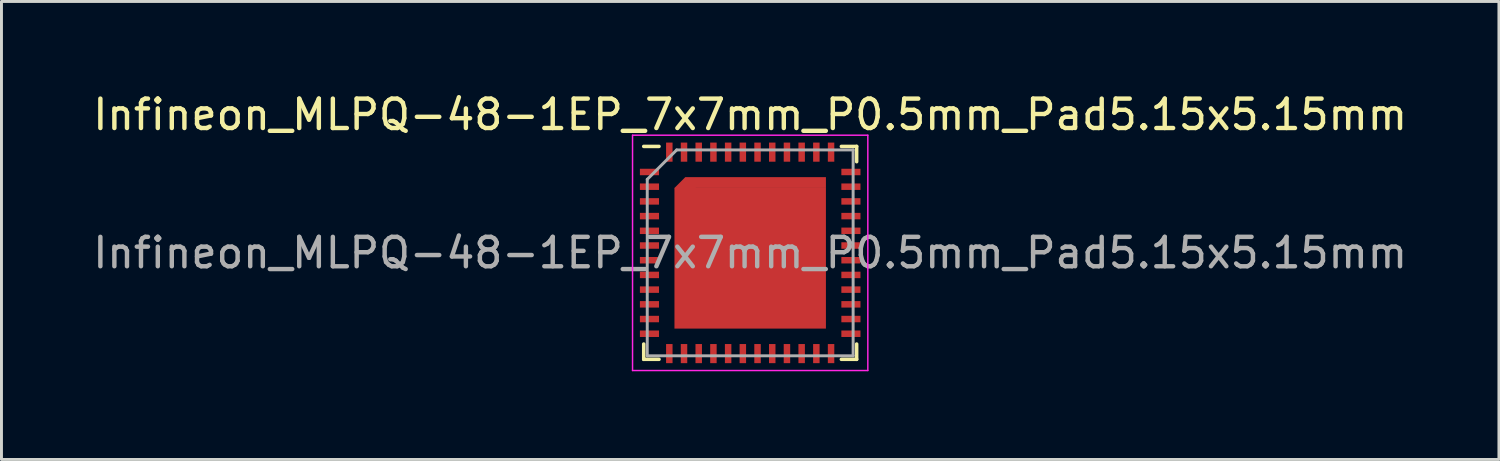
<source format=kicad_pcb>
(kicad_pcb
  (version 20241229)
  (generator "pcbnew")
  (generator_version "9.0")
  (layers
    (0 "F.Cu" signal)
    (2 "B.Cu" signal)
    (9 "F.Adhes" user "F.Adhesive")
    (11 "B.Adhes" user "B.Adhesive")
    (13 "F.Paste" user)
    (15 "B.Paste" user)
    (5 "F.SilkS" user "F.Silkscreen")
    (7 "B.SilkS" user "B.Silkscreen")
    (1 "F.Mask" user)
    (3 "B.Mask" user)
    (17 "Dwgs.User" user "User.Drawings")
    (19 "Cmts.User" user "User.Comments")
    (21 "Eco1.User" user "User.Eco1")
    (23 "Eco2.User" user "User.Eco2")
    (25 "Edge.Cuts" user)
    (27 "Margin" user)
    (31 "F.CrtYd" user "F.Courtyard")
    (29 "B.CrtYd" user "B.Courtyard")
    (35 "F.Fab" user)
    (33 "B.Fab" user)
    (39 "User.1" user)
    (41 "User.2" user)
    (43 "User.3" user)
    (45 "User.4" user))
  (footprint "Infineon_MLPQ-48-1EP_7x7mm_P0.5mm_Pad5.15x5.15mm"
    (layer "F.Cu")
    (at 22.458 5.548)
    (property "Reference" "Infineon_MLPQ-48-1EP_7x7mm_P0.5mm_Pad5.15x5.15mm" (at 0 -4.7 0) (layer "F.SilkS") (effects (font (size 1 1) (thickness 0.15))))
    (attr smd)
    (fp_line (start -3.62 -3.62) (end -3.1 -3.62) (stroke (width 0.12) (type solid)) (layer "F.SilkS"))
    (fp_line (start -3.62 3.62) (end -3.62 3.1) (stroke (width 0.12) (type solid)) (layer "F.SilkS"))
    (fp_line (start -3.1 3.62) (end -3.62 3.62) (stroke (width 0.12) (type solid)) (layer "F.SilkS"))
    (fp_line (start 3.1 -3.62) (end 3.62 -3.62) (stroke (width 0.12) (type solid)) (layer "F.SilkS"))
    (fp_line (start 3.1 3.62) (end 3.62 3.62) (stroke (width 0.12) (type solid)) (layer "F.SilkS"))
    (fp_line (start 3.62 -3.1) (end 3.62 -3.62) (stroke (width 0.12) (type solid)) (layer "F.SilkS"))
    (fp_line (start 3.62 3.62) (end 3.62 3.1) (stroke (width 0.12) (type solid)) (layer "F.SilkS"))
    (fp_line (start -4 -4) (end -4 4) (stroke (width 0.05) (type solid)) (layer "F.CrtYd"))
    (fp_line (start -4 4) (end 4 4) (stroke (width 0.05) (type solid)) (layer "F.CrtYd"))
    (fp_line (start 4 -4) (end -4 -4) (stroke (width 0.05) (type solid)) (layer "F.CrtYd"))
    (fp_line (start 4 4) (end 4 -4) (stroke (width 0.05) (type solid)) (layer "F.CrtYd"))
    (fp_line (start -3.5 3.5) (end -3.5 -2.5) (stroke (width 0.1) (type solid)) (layer "F.Fab"))
    (fp_line (start -2.5 -3.5) (end -3.5 -2.5) (stroke (width 0.1) (type solid)) (layer "F.Fab"))
    (fp_line (start 3.5 -3.5) (end -2.5 -3.5) (stroke (width 0.1) (type solid)) (layer "F.Fab"))
    (fp_line (start 3.5 -3.5) (end 3.5 3.5) (stroke (width 0.1) (type solid)) (layer "F.Fab"))
    (fp_line (start 3.5 3.5) (end -3.5 3.5) (stroke (width 0.1) (type solid)) (layer "F.Fab"))
    (fp_text user "${REFERENCE}" (at 0 0 0) (layer "F.Fab") (effects (font (size 1 1) (thickness 0.15))))
    (pad "" smd rect (at -3.425 -2.75) (size 0.55 0.22) (layers "F.Paste"))
    (pad "" smd rect (at -3.425 -2.25) (size 0.55 0.22) (layers "F.Paste"))
    (pad "" smd rect (at -3.425 -1.75) (size 0.55 0.22) (layers "F.Paste"))
    (pad "" smd rect (at -3.425 -1.25) (size 0.55 0.22) (layers "F.Paste"))
    (pad "" smd rect (at -3.425 -0.75) (size 0.55 0.22) (layers "F.Paste"))
    (pad "" smd rect (at -3.425 -0.25) (size 0.55 0.22) (layers "F.Paste"))
    (pad "" smd rect (at -3.425 0.25) (size 0.55 0.22) (layers "F.Paste"))
    (pad "" smd rect (at -3.425 0.75) (size 0.55 0.22) (layers "F.Paste"))
    (pad "" smd rect (at -3.425 1.25) (size 0.55 0.22) (layers "F.Paste"))
    (pad "" smd rect (at -3.425 1.75) (size 0.55 0.22) (layers "F.Paste"))
    (pad "" smd rect (at -3.425 2.25) (size 0.55 0.22) (layers "F.Paste"))
    (pad "" smd rect (at -3.425 2.75) (size 0.55 0.22) (layers "F.Paste"))
    (pad "" smd rect (at -2.75 -3.425) (size 0.22 0.55) (layers "F.Paste"))
    (pad "" smd rect (at -2.75 3.425) (size 0.22 0.55) (layers "F.Paste"))
    (pad "" smd rect (at -2.25 -3.425) (size 0.22 0.55) (layers "F.Paste"))
    (pad "" smd rect (at -2.25 3.425) (size 0.22 0.55) (layers "F.Paste"))
    (pad "" smd rect (at -2.186 -2.186 45) (size 0.479 0.479) (layers "F.Paste"))
    (pad "" smd rect (at -2.025 -1.855) (size 1 0.661) (layers "F.Paste"))
    (pad "" smd rect (at -2.025 -0.675) (size 1 1) (layers "F.Paste"))
    (pad "" smd rect (at -2.025 0.675) (size 1 1) (layers "F.Paste"))
    (pad "" smd rect (at -2.025 2.025) (size 1 1) (layers "F.Paste"))
    (pad "" smd rect (at -1.855 -2.356) (size 0.661 0.339) (layers "F.Paste"))
    (pad "" smd rect (at -1.75 -3.425) (size 0.22 0.55) (layers "F.Paste"))
    (pad "" smd rect (at -1.75 3.425) (size 0.22 0.55) (layers "F.Paste"))
    (pad "" smd rect (at -1.25 -3.425) (size 0.22 0.55) (layers "F.Paste"))
    (pad "" smd rect (at -1.25 3.425) (size 0.22 0.55) (layers "F.Paste"))
    (pad "" smd rect (at -0.75 -3.425) (size 0.22 0.55) (layers "F.Paste"))
    (pad "" smd rect (at -0.75 3.425) (size 0.22 0.55) (layers "F.Paste"))
    (pad "" smd rect (at -0.675 -2.025) (size 1 1) (layers "F.Paste"))
    (pad "" smd rect (at -0.675 -0.675) (size 1 1) (layers "F.Paste"))
    (pad "" smd rect (at -0.675 0.675) (size 1 1) (layers "F.Paste"))
    (pad "" smd rect (at -0.675 2.025) (size 1 1) (layers "F.Paste"))
    (pad "" smd rect (at -0.25 -3.425) (size 0.22 0.55) (layers "F.Paste"))
    (pad "" smd rect (at -0.25 3.425) (size 0.22 0.55) (layers "F.Paste"))
    (pad "" smd rect (at 0.25 -3.425) (size 0.22 0.55) (layers "F.Paste"))
    (pad "" smd rect (at 0.25 3.425) (size 0.22 0.55) (layers "F.Paste"))
    (pad "" smd rect (at 0.675 -2.025) (size 1 1) (layers "F.Paste"))
    (pad "" smd rect (at 0.675 -0.675) (size 1 1) (layers "F.Paste"))
    (pad "" smd rect (at 0.675 0.675) (size 1 1) (layers "F.Paste"))
    (pad "" smd rect (at 0.675 2.025) (size 1 1) (layers "F.Paste"))
    (pad "" smd rect (at 0.75 -3.425) (size 0.22 0.55) (layers "F.Paste"))
    (pad "" smd rect (at 0.75 3.425) (size 0.22 0.55) (layers "F.Paste"))
    (pad "" smd rect (at 1.25 -3.425) (size 0.22 0.55) (layers "F.Paste"))
    (pad "" smd rect (at 1.25 3.425) (size 0.22 0.55) (layers "F.Paste"))
    (pad "" smd rect (at 1.75 -3.425) (size 0.22 0.55) (layers "F.Paste"))
    (pad "" smd rect (at 1.75 3.425) (size 0.22 0.55) (layers "F.Paste"))
    (pad "" smd rect (at 2.025 -2.025) (size 1 1) (layers "F.Paste"))
    (pad "" smd rect (at 2.025 -0.675) (size 1 1) (layers "F.Paste"))
    (pad "" smd rect (at 2.025 0.675) (size 1 1) (layers "F.Paste"))
    (pad "" smd rect (at 2.025 2.025) (size 1 1) (layers "F.Paste"))
    (pad "" smd rect (at 2.25 -3.425) (size 0.22 0.55) (layers "F.Paste"))
    (pad "" smd rect (at 2.25 3.425) (size 0.22 0.55) (layers "F.Paste"))
    (pad "" smd rect (at 2.75 -3.425) (size 0.22 0.55) (layers "F.Paste"))
    (pad "" smd rect (at 2.75 3.425) (size 0.22 0.55) (layers "F.Paste"))
    (pad "" smd rect (at 3.425 -2.75) (size 0.55 0.22) (layers "F.Paste"))
    (pad "" smd rect (at 3.425 -2.25) (size 0.55 0.22) (layers "F.Paste"))
    (pad "" smd rect (at 3.425 -1.75) (size 0.55 0.22) (layers "F.Paste"))
    (pad "" smd rect (at 3.425 -1.25) (size 0.55 0.22) (layers "F.Paste"))
    (pad "" smd rect (at 3.425 -0.75) (size 0.55 0.22) (layers "F.Paste"))
    (pad "" smd rect (at 3.425 -0.25) (size 0.55 0.22) (layers "F.Paste"))
    (pad "" smd rect (at 3.425 0.25) (size 0.55 0.22) (layers "F.Paste"))
    (pad "" smd rect (at 3.425 0.75) (size 0.55 0.22) (layers "F.Paste"))
    (pad "" smd rect (at 3.425 1.25) (size 0.55 0.22) (layers "F.Paste"))
    (pad "" smd rect (at 3.425 1.75) (size 0.55 0.22) (layers "F.Paste"))
    (pad "" smd rect (at 3.425 2.25) (size 0.55 0.22) (layers "F.Paste"))
    (pad "" smd rect (at 3.425 2.75) (size 0.55 0.22) (layers "F.Paste"))
    (pad "1" smd rect (at -3.425 -2.75) (size 0.65 0.22) (layers "F.Cu" "F.Mask"))
    (pad "2" smd rect (at -3.425 -2.25) (size 0.65 0.22) (layers "F.Cu" "F.Mask"))
    (pad "3" smd rect (at -3.425 -1.75) (size 0.65 0.22) (layers "F.Cu" "F.Mask"))
    (pad "4" smd rect (at -3.425 -1.25) (size 0.65 0.22) (layers "F.Cu" "F.Mask"))
    (pad "5" smd rect (at -3.425 -0.75) (size 0.65 0.22) (layers "F.Cu" "F.Mask"))
    (pad "6" smd rect (at -3.425 -0.25) (size 0.65 0.22) (layers "F.Cu" "F.Mask"))
    (pad "7" smd rect (at -3.425 0.25) (size 0.65 0.22) (layers "F.Cu" "F.Mask"))
    (pad "8" smd rect (at -3.425 0.75) (size 0.65 0.22) (layers "F.Cu" "F.Mask"))
    (pad "9" smd rect (at -3.425 1.25) (size 0.65 0.22) (layers "F.Cu" "F.Mask"))
    (pad "10" smd rect (at -3.425 1.75) (size 0.65 0.22) (layers "F.Cu" "F.Mask"))
    (pad "11" smd rect (at -3.425 2.25) (size 0.65 0.22) (layers "F.Cu" "F.Mask"))
    (pad "12" smd rect (at -3.425 2.75) (size 0.65 0.22) (layers "F.Cu" "F.Mask"))
    (pad "13" smd rect (at -2.75 3.425) (size 0.22 0.65) (layers "F.Cu" "F.Mask"))
    (pad "14" smd rect (at -2.25 3.425) (size 0.22 0.65) (layers "F.Cu" "F.Mask"))
    (pad "15" smd rect (at -1.75 3.425) (size 0.22 0.65) (layers "F.Cu" "F.Mask"))
    (pad "16" smd rect (at -1.25 3.425) (size 0.22 0.65) (layers "F.Cu" "F.Mask"))
    (pad "17" smd rect (at -0.75 3.425) (size 0.22 0.65) (layers "F.Cu" "F.Mask"))
    (pad "18" smd rect (at -0.25 3.425) (size 0.22 0.65) (layers "F.Cu" "F.Mask"))
    (pad "19" smd rect (at 0.25 3.425) (size 0.22 0.65) (layers "F.Cu" "F.Mask"))
    (pad "20" smd rect (at 0.75 3.425) (size 0.22 0.65) (layers "F.Cu" "F.Mask"))
    (pad "21" smd rect (at 1.25 3.425) (size 0.22 0.65) (layers "F.Cu" "F.Mask"))
    (pad "22" smd rect (at 1.75 3.425) (size 0.22 0.65) (layers "F.Cu" "F.Mask"))
    (pad "23" smd rect (at 2.25 3.425) (size 0.22 0.65) (layers "F.Cu" "F.Mask"))
    (pad "24" smd rect (at 2.75 3.425) (size 0.22 0.65) (layers "F.Cu" "F.Mask"))
    (pad "25" smd rect (at 3.425 2.75) (size 0.65 0.22) (layers "F.Cu" "F.Mask"))
    (pad "26" smd rect (at 3.425 2.25) (size 0.65 0.22) (layers "F.Cu" "F.Mask"))
    (pad "27" smd rect (at 3.425 1.75) (size 0.65 0.22) (layers "F.Cu" "F.Mask"))
    (pad "28" smd rect (at 3.425 1.25) (size 0.65 0.22) (layers "F.Cu" "F.Mask"))
    (pad "29" smd rect (at 3.425 0.75) (size 0.65 0.22) (layers "F.Cu" "F.Mask"))
    (pad "30" smd rect (at 3.425 0.25) (size 0.65 0.22) (layers "F.Cu" "F.Mask"))
    (pad "31" smd rect (at 3.425 -0.25) (size 0.65 0.22) (layers "F.Cu" "F.Mask"))
    (pad "32" smd rect (at 3.425 -0.75) (size 0.65 0.22) (layers "F.Cu" "F.Mask"))
    (pad "33" smd rect (at 3.425 -1.25) (size 0.65 0.22) (layers "F.Cu" "F.Mask"))
    (pad "34" smd rect (at 3.425 -1.75) (size 0.65 0.22) (layers "F.Cu" "F.Mask"))
    (pad "35" smd rect (at 3.425 -2.25) (size 0.65 0.22) (layers "F.Cu" "F.Mask"))
    (pad "36" smd rect (at 3.425 -2.75) (size 0.65 0.22) (layers "F.Cu" "F.Mask"))
    (pad "37" smd rect (at 2.75 -3.425) (size 0.22 0.65) (layers "F.Cu" "F.Mask"))
    (pad "38" smd rect (at 2.25 -3.425) (size 0.22 0.65) (layers "F.Cu" "F.Mask"))
    (pad "39" smd rect (at 1.75 -3.425) (size 0.22 0.65) (layers "F.Cu" "F.Mask"))
    (pad "40" smd rect (at 1.25 -3.425) (size 0.22 0.65) (layers "F.Cu" "F.Mask"))
    (pad "41" smd rect (at 0.75 -3.425) (size 0.22 0.65) (layers "F.Cu" "F.Mask"))
    (pad "42" smd rect (at 0.25 -3.425) (size 0.22 0.65) (layers "F.Cu" "F.Mask"))
    (pad "43" smd rect (at -0.25 -3.425) (size 0.22 0.65) (layers "F.Cu" "F.Mask"))
    (pad "44" smd rect (at -0.75 -3.425) (size 0.22 0.65) (layers "F.Cu" "F.Mask"))
    (pad "45" smd rect (at -1.25 -3.425) (size 0.22 0.65) (layers "F.Cu" "F.Mask"))
    (pad "46" smd rect (at -1.75 -3.425) (size 0.22 0.65) (layers "F.Cu" "F.Mask"))
    (pad "47" smd rect (at -2.25 -3.425) (size 0.22 0.65) (layers "F.Cu" "F.Mask"))
    (pad "48" smd rect (at -2.75 -3.425) (size 0.22 0.65) (layers "F.Cu" "F.Mask"))
    (pad "49" smd rect (at -2.207 -2.207 45) (size 0.52 0.52) (layers "F.Cu" "F.Mask"))
    (pad "49" smd rect (at 0 0.184) (size 5.15 4.782) (layers "F.Cu" "F.Mask"))
    (pad "49" smd rect (at 0.184 -2.391) (size 4.782 0.368) (layers "F.Cu" "F.Mask")))
  (gr_rect
    (start -3 -3)
    (end 47.917 12.573)
    (stroke (width 0.1) (type default))
    (fill no)
    (layer "Edge.Cuts")))
</source>
